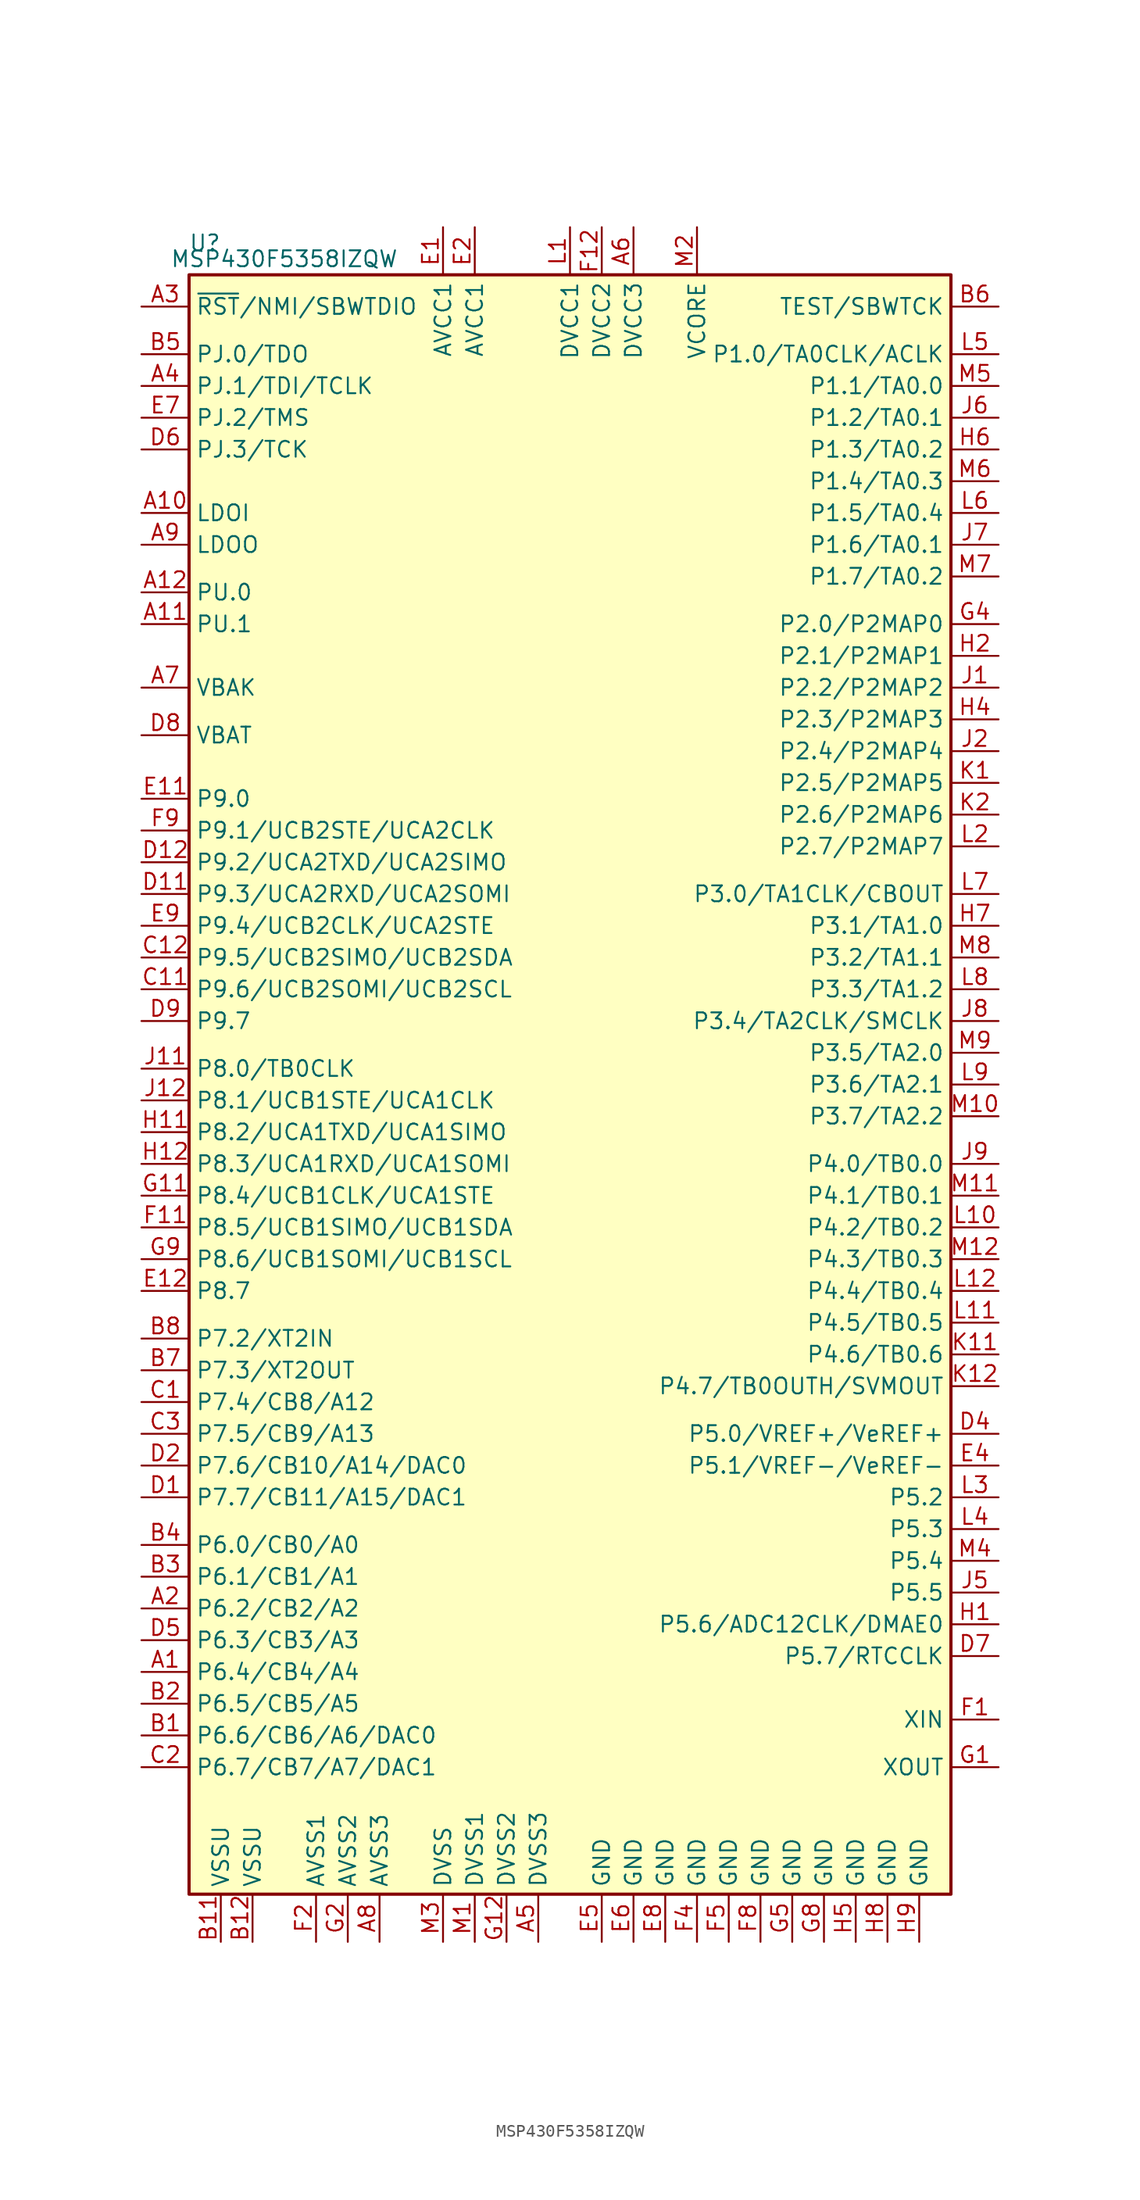
<source format=kicad_sym>
(kicad_symbol_lib
  (version 20201005)
  (generator kicad_symbol_editor)
  (symbol "MSP430F5358IZQW"
    (property "Reference" "U"
      (at -29.21 68.58 0)
      (effects (font (size 1.27 1.27))))
    (property "Value" "MSP430F5358IZQW"
      (at -22.86 67.31 0)
      (effects (font (size 1.27 1.27))))
    (symbol "MSP430F5358IZQW_0_1"
      (rectangle (start -30.48 66.04) (end 30.48 -63.5) (stroke (width 0.254)) (fill (type background))))
    (symbol "MSP430F5358IZQW_1_1"
      (pin bidirectional line (at -34.29 -45.72 0) (length 3.81) (name "P6.4/CB4/A4" (effects (font (size 1.27 1.27)))) (number "A1" (effects (font (size 1.27 1.27)))))
      (pin bidirectional line (at -34.29 46.99 0) (length 3.81) (name "LDOI" (effects (font (size 1.27 1.27)))) (number "A10" (effects (font (size 1.27 1.27)))))
      (pin bidirectional line (at -34.29 38.1 0) (length 3.81) (name "PU.1" (effects (font (size 1.27 1.27)))) (number "A11" (effects (font (size 1.27 1.27)))))
      (pin bidirectional line (at -34.29 40.64 0) (length 3.81) (name "PU.0" (effects (font (size 1.27 1.27)))) (number "A12" (effects (font (size 1.27 1.27)))))
      (pin bidirectional line (at -34.29 -40.64 0) (length 3.81) (name "P6.2/CB2/A2" (effects (font (size 1.27 1.27)))) (number "A2" (effects (font (size 1.27 1.27)))))
      (pin input line (at -34.29 63.5 0) (length 3.81) (name "~RST~/NMI/SBWTDIO" (effects (font (size 1.27 1.27)))) (number "A3" (effects (font (size 1.27 1.27)))))
      (pin bidirectional line (at -34.29 57.15 0) (length 3.81) (name "PJ.1/TDI/TCLK" (effects (font (size 1.27 1.27)))) (number "A4" (effects (font (size 1.27 1.27)))))
      (pin power_in line (at -2.54 -67.31 90) (length 3.81) (name "DVSS3" (effects (font (size 1.27 1.27)))) (number "A5" (effects (font (size 1.27 1.27)))))
      (pin power_in line (at 5.08 69.85 270) (length 3.81) (name "DVCC3" (effects (font (size 1.27 1.27)))) (number "A6" (effects (font (size 1.27 1.27)))))
      (pin bidirectional line (at -34.29 33.02 0) (length 3.81) (name "VBAK" (effects (font (size 1.27 1.27)))) (number "A7" (effects (font (size 1.27 1.27)))))
      (pin power_in line (at -15.24 -67.31 90) (length 3.81) (name "AVSS3" (effects (font (size 1.27 1.27)))) (number "A8" (effects (font (size 1.27 1.27)))))
      (pin bidirectional line (at -34.29 44.45 0) (length 3.81) (name "LDOO" (effects (font (size 1.27 1.27)))) (number "A9" (effects (font (size 1.27 1.27)))))
      (pin bidirectional line (at -34.29 -50.8 0) (length 3.81) (name "P6.6/CB6/A6/DAC0" (effects (font (size 1.27 1.27)))) (number "B1" (effects (font (size 1.27 1.27)))))
      (pin power_in line (at -27.94 -67.31 90) (length 3.81) (name "VSSU" (effects (font (size 1.27 1.27)))) (number "B11" (effects (font (size 1.27 1.27)))))
      (pin power_in line (at -25.4 -67.31 90) (length 3.81) (name "VSSU" (effects (font (size 1.27 1.27)))) (number "B12" (effects (font (size 1.27 1.27)))))
      (pin bidirectional line (at -34.29 -48.26 0) (length 3.81) (name "P6.5/CB5/A5" (effects (font (size 1.27 1.27)))) (number "B2" (effects (font (size 1.27 1.27)))))
      (pin bidirectional line (at -34.29 -38.1 0) (length 3.81) (name "P6.1/CB1/A1" (effects (font (size 1.27 1.27)))) (number "B3" (effects (font (size 1.27 1.27)))))
      (pin bidirectional line (at -34.29 -35.56 0) (length 3.81) (name "P6.0/CB0/A0" (effects (font (size 1.27 1.27)))) (number "B4" (effects (font (size 1.27 1.27)))))
      (pin bidirectional line (at -34.29 59.69 0) (length 3.81) (name "PJ.0/TDO" (effects (font (size 1.27 1.27)))) (number "B5" (effects (font (size 1.27 1.27)))))
      (pin input line (at 34.29 63.5 180) (length 3.81) (name "TEST/SBWTCK" (effects (font (size 1.27 1.27)))) (number "B6" (effects (font (size 1.27 1.27)))))
      (pin bidirectional line (at -34.29 -21.59 0) (length 3.81) (name "P7.3/XT2OUT" (effects (font (size 1.27 1.27)))) (number "B7" (effects (font (size 1.27 1.27)))))
      (pin bidirectional line (at -34.29 -19.05 0) (length 3.81) (name "P7.2/XT2IN" (effects (font (size 1.27 1.27)))) (number "B8" (effects (font (size 1.27 1.27)))))
      (pin bidirectional line (at -34.29 -24.13 0) (length 3.81) (name "P7.4/CB8/A12" (effects (font (size 1.27 1.27)))) (number "C1" (effects (font (size 1.27 1.27)))))
      (pin bidirectional line (at -34.29 8.89 0) (length 3.81) (name "P9.6/UCB2SOMI/UCB2SCL" (effects (font (size 1.27 1.27)))) (number "C11" (effects (font (size 1.27 1.27)))))
      (pin bidirectional line (at -34.29 11.43 0) (length 3.81) (name "P9.5/UCB2SIMO/UCB2SDA" (effects (font (size 1.27 1.27)))) (number "C12" (effects (font (size 1.27 1.27)))))
      (pin bidirectional line (at -34.29 -53.34 0) (length 3.81) (name "P6.7/CB7/A7/DAC1" (effects (font (size 1.27 1.27)))) (number "C2" (effects (font (size 1.27 1.27)))))
      (pin bidirectional line (at -34.29 -26.67 0) (length 3.81) (name "P7.5/CB9/A13" (effects (font (size 1.27 1.27)))) (number "C3" (effects (font (size 1.27 1.27)))))
      (pin bidirectional line (at -34.29 -31.75 0) (length 3.81) (name "P7.7/CB11/A15/DAC1" (effects (font (size 1.27 1.27)))) (number "D1" (effects (font (size 1.27 1.27)))))
      (pin bidirectional line (at -34.29 16.51 0) (length 3.81) (name "P9.3/UCA2RXD/UCA2SOMI" (effects (font (size 1.27 1.27)))) (number "D11" (effects (font (size 1.27 1.27)))))
      (pin bidirectional line (at -34.29 19.05 0) (length 3.81) (name "P9.2/UCA2TXD/UCA2SIMO" (effects (font (size 1.27 1.27)))) (number "D12" (effects (font (size 1.27 1.27)))))
      (pin bidirectional line (at -34.29 -29.21 0) (length 3.81) (name "P7.6/CB10/A14/DAC0" (effects (font (size 1.27 1.27)))) (number "D2" (effects (font (size 1.27 1.27)))))
      (pin bidirectional line (at 34.29 -26.67 180) (length 3.81) (name "P5.0/VREF+/VeREF+" (effects (font (size 1.27 1.27)))) (number "D4" (effects (font (size 1.27 1.27)))))
      (pin bidirectional line (at -34.29 -43.18 0) (length 3.81) (name "P6.3/CB3/A3" (effects (font (size 1.27 1.27)))) (number "D5" (effects (font (size 1.27 1.27)))))
      (pin bidirectional line (at -34.29 52.07 0) (length 3.81) (name "PJ.3/TCK" (effects (font (size 1.27 1.27)))) (number "D6" (effects (font (size 1.27 1.27)))))
      (pin bidirectional line (at 34.29 -44.45 180) (length 3.81) (name "P5.7/RTCCLK" (effects (font (size 1.27 1.27)))) (number "D7" (effects (font (size 1.27 1.27)))))
      (pin bidirectional line (at -34.29 29.21 0) (length 3.81) (name "VBAT" (effects (font (size 1.27 1.27)))) (number "D8" (effects (font (size 1.27 1.27)))))
      (pin bidirectional line (at -34.29 6.35 0) (length 3.81) (name "P9.7" (effects (font (size 1.27 1.27)))) (number "D9" (effects (font (size 1.27 1.27)))))
      (pin power_in line (at -10.16 69.85 270) (length 3.81) (name "AVCC1" (effects (font (size 1.27 1.27)))) (number "E1" (effects (font (size 1.27 1.27)))))
      (pin bidirectional line (at -34.29 24.13 0) (length 3.81) (name "P9.0" (effects (font (size 1.27 1.27)))) (number "E11" (effects (font (size 1.27 1.27)))))
      (pin bidirectional line (at -34.29 -15.24 0) (length 3.81) (name "P8.7" (effects (font (size 1.27 1.27)))) (number "E12" (effects (font (size 1.27 1.27)))))
      (pin power_in line (at -7.62 69.85 270) (length 3.81) (name "AVCC1" (effects (font (size 1.27 1.27)))) (number "E2" (effects (font (size 1.27 1.27)))))
      (pin bidirectional line (at 34.29 -29.21 180) (length 3.81) (name "P5.1/VREF-/VeREF-" (effects (font (size 1.27 1.27)))) (number "E4" (effects (font (size 1.27 1.27)))))
      (pin power_in line (at 2.54 -67.31 90) (length 3.81) (name "GND" (effects (font (size 1.27 1.27)))) (number "E5" (effects (font (size 1.27 1.27)))))
      (pin power_in line (at 5.08 -67.31 90) (length 3.81) (name "GND" (effects (font (size 1.27 1.27)))) (number "E6" (effects (font (size 1.27 1.27)))))
      (pin bidirectional line (at -34.29 54.61 0) (length 3.81) (name "PJ.2/TMS" (effects (font (size 1.27 1.27)))) (number "E7" (effects (font (size 1.27 1.27)))))
      (pin power_in line (at 7.62 -67.31 90) (length 3.81) (name "GND" (effects (font (size 1.27 1.27)))) (number "E8" (effects (font (size 1.27 1.27)))))
      (pin bidirectional line (at -34.29 13.97 0) (length 3.81) (name "P9.4/UCB2CLK/UCA2STE" (effects (font (size 1.27 1.27)))) (number "E9" (effects (font (size 1.27 1.27)))))
      (pin bidirectional line (at 34.29 -49.53 180) (length 3.81) (name "XIN" (effects (font (size 1.27 1.27)))) (number "F1" (effects (font (size 1.27 1.27)))))
      (pin bidirectional line (at -34.29 -10.16 0) (length 3.81) (name "P8.5/UCB1SIMO/UCB1SDA" (effects (font (size 1.27 1.27)))) (number "F11" (effects (font (size 1.27 1.27)))))
      (pin power_in line (at 2.54 69.85 270) (length 3.81) (name "DVCC2" (effects (font (size 1.27 1.27)))) (number "F12" (effects (font (size 1.27 1.27)))))
      (pin power_in line (at -20.32 -67.31 90) (length 3.81) (name "AVSS1" (effects (font (size 1.27 1.27)))) (number "F2" (effects (font (size 1.27 1.27)))))
      (pin power_in line (at 10.16 -67.31 90) (length 3.81) (name "GND" (effects (font (size 1.27 1.27)))) (number "F4" (effects (font (size 1.27 1.27)))))
      (pin power_in line (at 12.7 -67.31 90) (length 3.81) (name "GND" (effects (font (size 1.27 1.27)))) (number "F5" (effects (font (size 1.27 1.27)))))
      (pin power_in line (at 15.24 -67.31 90) (length 3.81) (name "GND" (effects (font (size 1.27 1.27)))) (number "F8" (effects (font (size 1.27 1.27)))))
      (pin bidirectional line (at -34.29 21.59 0) (length 3.81) (name "P9.1/UCB2STE/UCA2CLK" (effects (font (size 1.27 1.27)))) (number "F9" (effects (font (size 1.27 1.27)))))
      (pin bidirectional line (at 34.29 -53.34 180) (length 3.81) (name "XOUT" (effects (font (size 1.27 1.27)))) (number "G1" (effects (font (size 1.27 1.27)))))
      (pin bidirectional line (at -34.29 -7.62 0) (length 3.81) (name "P8.4/UCB1CLK/UCA1STE" (effects (font (size 1.27 1.27)))) (number "G11" (effects (font (size 1.27 1.27)))))
      (pin power_in line (at -5.08 -67.31 90) (length 3.81) (name "DVSS2" (effects (font (size 1.27 1.27)))) (number "G12" (effects (font (size 1.27 1.27)))))
      (pin power_in line (at -17.78 -67.31 90) (length 3.81) (name "AVSS2" (effects (font (size 1.27 1.27)))) (number "G2" (effects (font (size 1.27 1.27)))))
      (pin bidirectional line (at 34.29 38.1 180) (length 3.81) (name "P2.0/P2MAP0" (effects (font (size 1.27 1.27)))) (number "G4" (effects (font (size 1.27 1.27)))))
      (pin power_in line (at 17.78 -67.31 90) (length 3.81) (name "GND" (effects (font (size 1.27 1.27)))) (number "G5" (effects (font (size 1.27 1.27)))))
      (pin power_in line (at 20.32 -67.31 90) (length 3.81) (name "GND" (effects (font (size 1.27 1.27)))) (number "G8" (effects (font (size 1.27 1.27)))))
      (pin bidirectional line (at -34.29 -12.7 0) (length 3.81) (name "P8.6/UCB1SOMI/UCB1SCL" (effects (font (size 1.27 1.27)))) (number "G9" (effects (font (size 1.27 1.27)))))
      (pin bidirectional line (at 34.29 -41.91 180) (length 3.81) (name "P5.6/ADC12CLK/DMAE0" (effects (font (size 1.27 1.27)))) (number "H1" (effects (font (size 1.27 1.27)))))
      (pin bidirectional line (at -34.29 -2.54 0) (length 3.81) (name "P8.2/UCA1TXD/UCA1SIMO" (effects (font (size 1.27 1.27)))) (number "H11" (effects (font (size 1.27 1.27)))))
      (pin bidirectional line (at -34.29 -5.08 0) (length 3.81) (name "P8.3/UCA1RXD/UCA1SOMI" (effects (font (size 1.27 1.27)))) (number "H12" (effects (font (size 1.27 1.27)))))
      (pin bidirectional line (at 34.29 35.56 180) (length 3.81) (name "P2.1/P2MAP1" (effects (font (size 1.27 1.27)))) (number "H2" (effects (font (size 1.27 1.27)))))
      (pin bidirectional line (at 34.29 30.48 180) (length 3.81) (name "P2.3/P2MAP3" (effects (font (size 1.27 1.27)))) (number "H4" (effects (font (size 1.27 1.27)))))
      (pin power_in line (at 22.86 -67.31 90) (length 3.81) (name "GND" (effects (font (size 1.27 1.27)))) (number "H5" (effects (font (size 1.27 1.27)))))
      (pin bidirectional line (at 34.29 52.07 180) (length 3.81) (name "P1.3/TA0.2" (effects (font (size 1.27 1.27)))) (number "H6" (effects (font (size 1.27 1.27)))))
      (pin bidirectional line (at 34.29 13.97 180) (length 3.81) (name "P3.1/TA1.0" (effects (font (size 1.27 1.27)))) (number "H7" (effects (font (size 1.27 1.27)))))
      (pin power_in line (at 25.4 -67.31 90) (length 3.81) (name "GND" (effects (font (size 1.27 1.27)))) (number "H8" (effects (font (size 1.27 1.27)))))
      (pin power_in line (at 27.94 -67.31 90) (length 3.81) (name "GND" (effects (font (size 1.27 1.27)))) (number "H9" (effects (font (size 1.27 1.27)))))
      (pin bidirectional line (at 34.29 33.02 180) (length 3.81) (name "P2.2/P2MAP2" (effects (font (size 1.27 1.27)))) (number "J1" (effects (font (size 1.27 1.27)))))
      (pin bidirectional line (at -34.29 2.54 0) (length 3.81) (name "P8.0/TB0CLK" (effects (font (size 1.27 1.27)))) (number "J11" (effects (font (size 1.27 1.27)))))
      (pin bidirectional line (at -34.29 0 0) (length 3.81) (name "P8.1/UCB1STE/UCA1CLK" (effects (font (size 1.27 1.27)))) (number "J12" (effects (font (size 1.27 1.27)))))
      (pin bidirectional line (at 34.29 27.94 180) (length 3.81) (name "P2.4/P2MAP4" (effects (font (size 1.27 1.27)))) (number "J2" (effects (font (size 1.27 1.27)))))
      (pin bidirectional line (at 34.29 -39.37 180) (length 3.81) (name "P5.5" (effects (font (size 1.27 1.27)))) (number "J5" (effects (font (size 1.27 1.27)))))
      (pin bidirectional line (at 34.29 54.61 180) (length 3.81) (name "P1.2/TA0.1" (effects (font (size 1.27 1.27)))) (number "J6" (effects (font (size 1.27 1.27)))))
      (pin bidirectional line (at 34.29 44.45 180) (length 3.81) (name "P1.6/TA0.1" (effects (font (size 1.27 1.27)))) (number "J7" (effects (font (size 1.27 1.27)))))
      (pin bidirectional line (at 34.29 6.35 180) (length 3.81) (name "P3.4/TA2CLK/SMCLK" (effects (font (size 1.27 1.27)))) (number "J8" (effects (font (size 1.27 1.27)))))
      (pin bidirectional line (at 34.29 -5.08 180) (length 3.81) (name "P4.0/TB0.0" (effects (font (size 1.27 1.27)))) (number "J9" (effects (font (size 1.27 1.27)))))
      (pin bidirectional line (at 34.29 25.4 180) (length 3.81) (name "P2.5/P2MAP5" (effects (font (size 1.27 1.27)))) (number "K1" (effects (font (size 1.27 1.27)))))
      (pin bidirectional line (at 34.29 -20.32 180) (length 3.81) (name "P4.6/TB0.6" (effects (font (size 1.27 1.27)))) (number "K11" (effects (font (size 1.27 1.27)))))
      (pin bidirectional line (at 34.29 -22.86 180) (length 3.81) (name "P4.7/TB0OUTH/SVMOUT" (effects (font (size 1.27 1.27)))) (number "K12" (effects (font (size 1.27 1.27)))))
      (pin bidirectional line (at 34.29 22.86 180) (length 3.81) (name "P2.6/P2MAP6" (effects (font (size 1.27 1.27)))) (number "K2" (effects (font (size 1.27 1.27)))))
      (pin power_in line (at 0 69.85 270) (length 3.81) (name "DVCC1" (effects (font (size 1.27 1.27)))) (number "L1" (effects (font (size 1.27 1.27)))))
      (pin bidirectional line (at 34.29 -10.16 180) (length 3.81) (name "P4.2/TB0.2" (effects (font (size 1.27 1.27)))) (number "L10" (effects (font (size 1.27 1.27)))))
      (pin bidirectional line (at 34.29 -17.78 180) (length 3.81) (name "P4.5/TB0.5" (effects (font (size 1.27 1.27)))) (number "L11" (effects (font (size 1.27 1.27)))))
      (pin bidirectional line (at 34.29 -15.24 180) (length 3.81) (name "P4.4/TB0.4" (effects (font (size 1.27 1.27)))) (number "L12" (effects (font (size 1.27 1.27)))))
      (pin bidirectional line (at 34.29 20.32 180) (length 3.81) (name "P2.7/P2MAP7" (effects (font (size 1.27 1.27)))) (number "L2" (effects (font (size 1.27 1.27)))))
      (pin bidirectional line (at 34.29 -31.75 180) (length 3.81) (name "P5.2" (effects (font (size 1.27 1.27)))) (number "L3" (effects (font (size 1.27 1.27)))))
      (pin bidirectional line (at 34.29 -34.29 180) (length 3.81) (name "P5.3" (effects (font (size 1.27 1.27)))) (number "L4" (effects (font (size 1.27 1.27)))))
      (pin bidirectional line (at 34.29 59.69 180) (length 3.81) (name "P1.0/TA0CLK/ACLK" (effects (font (size 1.27 1.27)))) (number "L5" (effects (font (size 1.27 1.27)))))
      (pin bidirectional line (at 34.29 46.99 180) (length 3.81) (name "P1.5/TA0.4" (effects (font (size 1.27 1.27)))) (number "L6" (effects (font (size 1.27 1.27)))))
      (pin bidirectional line (at 34.29 16.51 180) (length 3.81) (name "P3.0/TA1CLK/CBOUT" (effects (font (size 1.27 1.27)))) (number "L7" (effects (font (size 1.27 1.27)))))
      (pin bidirectional line (at 34.29 8.89 180) (length 3.81) (name "P3.3/TA1.2" (effects (font (size 1.27 1.27)))) (number "L8" (effects (font (size 1.27 1.27)))))
      (pin bidirectional line (at 34.29 1.27 180) (length 3.81) (name "P3.6/TA2.1" (effects (font (size 1.27 1.27)))) (number "L9" (effects (font (size 1.27 1.27)))))
      (pin power_in line (at -7.62 -67.31 90) (length 3.81) (name "DVSS1" (effects (font (size 1.27 1.27)))) (number "M1" (effects (font (size 1.27 1.27)))))
      (pin bidirectional line (at 34.29 -1.27 180) (length 3.81) (name "P3.7/TA2.2" (effects (font (size 1.27 1.27)))) (number "M10" (effects (font (size 1.27 1.27)))))
      (pin bidirectional line (at 34.29 -7.62 180) (length 3.81) (name "P4.1/TB0.1" (effects (font (size 1.27 1.27)))) (number "M11" (effects (font (size 1.27 1.27)))))
      (pin bidirectional line (at 34.29 -12.7 180) (length 3.81) (name "P4.3/TB0.3" (effects (font (size 1.27 1.27)))) (number "M12" (effects (font (size 1.27 1.27)))))
      (pin bidirectional line (at 10.16 69.85 270) (length 3.81) (name "VCORE" (effects (font (size 1.27 1.27)))) (number "M2" (effects (font (size 1.27 1.27)))))
      (pin power_in line (at -10.16 -67.31 90) (length 3.81) (name "DVSS" (effects (font (size 1.27 1.27)))) (number "M3" (effects (font (size 1.27 1.27)))))
      (pin bidirectional line (at 34.29 -36.83 180) (length 3.81) (name "P5.4" (effects (font (size 1.27 1.27)))) (number "M4" (effects (font (size 1.27 1.27)))))
      (pin bidirectional line (at 34.29 57.15 180) (length 3.81) (name "P1.1/TA0.0" (effects (font (size 1.27 1.27)))) (number "M5" (effects (font (size 1.27 1.27)))))
      (pin bidirectional line (at 34.29 49.53 180) (length 3.81) (name "P1.4/TA0.3" (effects (font (size 1.27 1.27)))) (number "M6" (effects (font (size 1.27 1.27)))))
      (pin bidirectional line (at 34.29 41.91 180) (length 3.81) (name "P1.7/TA0.2" (effects (font (size 1.27 1.27)))) (number "M7" (effects (font (size 1.27 1.27)))))
      (pin bidirectional line (at 34.29 11.43 180) (length 3.81) (name "P3.2/TA1.1" (effects (font (size 1.27 1.27)))) (number "M8" (effects (font (size 1.27 1.27)))))
      (pin bidirectional line (at 34.29 3.81 180) (length 3.81) (name "P3.5/TA2.0" (effects (font (size 1.27 1.27)))) (number "M9" (effects (font (size 1.27 1.27))))))))
</source>
